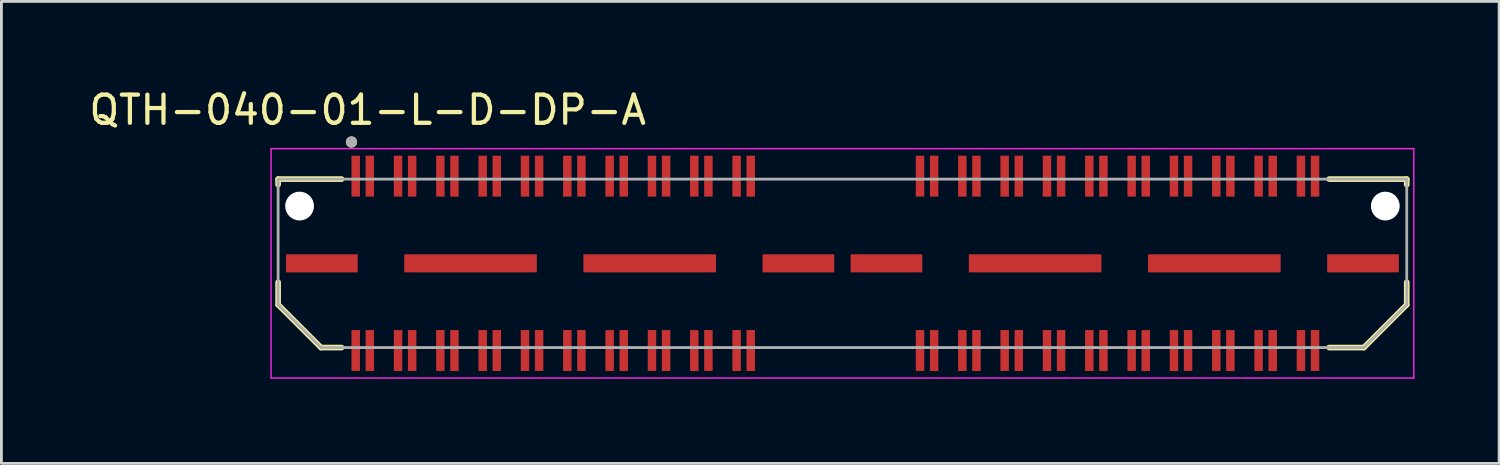
<source format=kicad_pcb>
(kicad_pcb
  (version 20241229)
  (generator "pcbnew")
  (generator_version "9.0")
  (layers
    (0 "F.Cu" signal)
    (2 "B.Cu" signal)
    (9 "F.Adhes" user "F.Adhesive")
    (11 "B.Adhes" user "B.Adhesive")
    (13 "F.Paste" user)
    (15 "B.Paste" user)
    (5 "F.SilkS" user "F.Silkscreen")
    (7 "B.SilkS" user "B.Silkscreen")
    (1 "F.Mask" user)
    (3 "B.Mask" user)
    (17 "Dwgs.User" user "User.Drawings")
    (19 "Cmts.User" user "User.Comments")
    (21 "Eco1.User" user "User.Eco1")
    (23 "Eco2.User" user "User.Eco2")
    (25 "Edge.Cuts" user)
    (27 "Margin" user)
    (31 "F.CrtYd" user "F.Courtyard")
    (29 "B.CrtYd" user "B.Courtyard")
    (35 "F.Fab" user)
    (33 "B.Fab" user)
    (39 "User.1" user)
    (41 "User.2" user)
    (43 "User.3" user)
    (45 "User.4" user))
  (footprint "QTH-040-01-L-D-DP-A"
    (layer "F.Cu")
    (at 26.807 6.283)
    (property "Reference" "QTH-040-01-L-D-DP-A" (at -16.825 -5.435 0) (layer "F.SilkS") (effects (font (size 1 1) (thickness 0.15))))
    (attr smd)
    (fp_line (start -20 -2.985) (end -17.75 -2.985) (stroke (width 0.2) (type solid)) (layer "F.SilkS"))
    (fp_line (start -20 -2.79) (end -20 -2.985) (stroke (width 0.2) (type solid)) (layer "F.SilkS"))
    (fp_line (start -20 0.67) (end -20 1.465) (stroke (width 0.2) (type solid)) (layer "F.SilkS"))
    (fp_line (start -20 1.465) (end -18.48 2.985) (stroke (width 0.2) (type solid)) (layer "F.SilkS"))
    (fp_line (start -18.48 2.985) (end -17.75 2.985) (stroke (width 0.2) (type solid)) (layer "F.SilkS"))
    (fp_line (start 18.48 2.985) (end 17.25 2.985) (stroke (width 0.2) (type solid)) (layer "F.SilkS"))
    (fp_line (start 20 -2.985) (end 17.25 -2.985) (stroke (width 0.2) (type solid)) (layer "F.SilkS"))
    (fp_line (start 20 -2.79) (end 20 -2.985) (stroke (width 0.2) (type solid)) (layer "F.SilkS"))
    (fp_line (start 20 0.67) (end 20 1.465) (stroke (width 0.2) (type solid)) (layer "F.SilkS"))
    (fp_line (start 20 1.465) (end 18.48 2.985) (stroke (width 0.2) (type solid)) (layer "F.SilkS"))
    (fp_circle (center -17.4 -4.3) (end -17.3 -4.3) (stroke (width 0.2) (type solid)) (fill no) (layer "F.SilkS"))
    (fp_line (start -20.25 -4.065) (end 20.25 -4.065) (stroke (width 0.05) (type solid)) (layer "F.CrtYd"))
    (fp_line (start -20.25 4.065) (end -20.25 -4.065) (stroke (width 0.05) (type solid)) (layer "F.CrtYd"))
    (fp_line (start 20.25 -4.065) (end 20.25 4.065) (stroke (width 0.05) (type solid)) (layer "F.CrtYd"))
    (fp_line (start 20.25 4.065) (end -20.25 4.065) (stroke (width 0.05) (type solid)) (layer "F.CrtYd"))
    (fp_line (start -20 -2.985) (end 20 -2.985) (stroke (width 0.1) (type solid)) (layer "F.Fab"))
    (fp_line (start -20 1.465) (end -20 -2.985) (stroke (width 0.1) (type solid)) (layer "F.Fab"))
    (fp_line (start -18.48 2.985) (end -20 1.465) (stroke (width 0.1) (type solid)) (layer "F.Fab"))
    (fp_line (start 18.48 2.985) (end -18.48 2.985) (stroke (width 0.1) (type solid)) (layer "F.Fab"))
    (fp_line (start 20 -2.985) (end 20 1.465) (stroke (width 0.1) (type solid)) (layer "F.Fab"))
    (fp_line (start 20 1.465) (end 18.48 2.985) (stroke (width 0.1) (type solid)) (layer "F.Fab"))
    (fp_circle (center -17.4 -4.3) (end -17.3 -4.3) (stroke (width 0.2) (type solid)) (fill no) (layer "F.Fab"))
    (pad "" np_thru_hole circle (at -19.24 -2.03) (size 1.02 1.02) (drill 1.02) (layers "*.Cu" "*.Mask"))
    (pad "" np_thru_hole circle (at 19.24 -2.03) (size 1.02 1.02) (drill 1.02) (layers "*.Cu" "*.Mask"))
    (pad "01" smd rect (at -17.25 -3.09) (size 0.3 1.45) (layers "F.Cu" "F.Mask" "F.Paste"))
    (pad "02" smd rect (at -17.25 3.09) (size 0.3 1.45) (layers "F.Cu" "F.Mask" "F.Paste"))
    (pad "03" smd rect (at -16.75 -3.09) (size 0.3 1.45) (layers "F.Cu" "F.Mask" "F.Paste"))
    (pad "04" smd rect (at -16.75 3.09) (size 0.3 1.45) (layers "F.Cu" "F.Mask" "F.Paste"))
    (pad "05" smd rect (at -15.75 -3.09) (size 0.3 1.45) (layers "F.Cu" "F.Mask" "F.Paste"))
    (pad "06" smd rect (at -15.75 3.09) (size 0.3 1.45) (layers "F.Cu" "F.Mask" "F.Paste"))
    (pad "07" smd rect (at -15.25 -3.09) (size 0.3 1.45) (layers "F.Cu" "F.Mask" "F.Paste"))
    (pad "08" smd rect (at -15.25 3.09) (size 0.3 1.45) (layers "F.Cu" "F.Mask" "F.Paste"))
    (pad "09" smd rect (at -14.25 -3.09) (size 0.3 1.45) (layers "F.Cu" "F.Mask" "F.Paste"))
    (pad "10" smd rect (at -14.25 3.09) (size 0.3 1.45) (layers "F.Cu" "F.Mask" "F.Paste"))
    (pad "11" smd rect (at -13.75 -3.09) (size 0.3 1.45) (layers "F.Cu" "F.Mask" "F.Paste"))
    (pad "12" smd rect (at -13.75 3.09) (size 0.3 1.45) (layers "F.Cu" "F.Mask" "F.Paste"))
    (pad "13" smd rect (at -12.75 -3.09) (size 0.3 1.45) (layers "F.Cu" "F.Mask" "F.Paste"))
    (pad "14" smd rect (at -12.75 3.09) (size 0.3 1.45) (layers "F.Cu" "F.Mask" "F.Paste"))
    (pad "15" smd rect (at -12.25 -3.09) (size 0.3 1.45) (layers "F.Cu" "F.Mask" "F.Paste"))
    (pad "16" smd rect (at -12.25 3.09) (size 0.3 1.45) (layers "F.Cu" "F.Mask" "F.Paste"))
    (pad "17" smd rect (at -11.25 -3.09) (size 0.3 1.45) (layers "F.Cu" "F.Mask" "F.Paste"))
    (pad "18" smd rect (at -11.25 3.09) (size 0.3 1.45) (layers "F.Cu" "F.Mask" "F.Paste"))
    (pad "19" smd rect (at -10.75 -3.09) (size 0.3 1.45) (layers "F.Cu" "F.Mask" "F.Paste"))
    (pad "20" smd rect (at -10.75 3.09) (size 0.3 1.45) (layers "F.Cu" "F.Mask" "F.Paste"))
    (pad "21" smd rect (at -9.75 -3.09) (size 0.3 1.45) (layers "F.Cu" "F.Mask" "F.Paste"))
    (pad "22" smd rect (at -9.75 3.09) (size 0.3 1.45) (layers "F.Cu" "F.Mask" "F.Paste"))
    (pad "23" smd rect (at -9.25 -3.09) (size 0.3 1.45) (layers "F.Cu" "F.Mask" "F.Paste"))
    (pad "24" smd rect (at -9.25 3.09) (size 0.3 1.45) (layers "F.Cu" "F.Mask" "F.Paste"))
    (pad "25" smd rect (at -8.25 -3.09) (size 0.3 1.45) (layers "F.Cu" "F.Mask" "F.Paste"))
    (pad "26" smd rect (at -8.25 3.09) (size 0.3 1.45) (layers "F.Cu" "F.Mask" "F.Paste"))
    (pad "27" smd rect (at -7.75 -3.09) (size 0.3 1.45) (layers "F.Cu" "F.Mask" "F.Paste"))
    (pad "28" smd rect (at -7.75 3.09) (size 0.3 1.45) (layers "F.Cu" "F.Mask" "F.Paste"))
    (pad "29" smd rect (at -6.75 -3.09) (size 0.3 1.45) (layers "F.Cu" "F.Mask" "F.Paste"))
    (pad "30" smd rect (at -6.75 3.09) (size 0.3 1.45) (layers "F.Cu" "F.Mask" "F.Paste"))
    (pad "31" smd rect (at -6.25 -3.09) (size 0.3 1.45) (layers "F.Cu" "F.Mask" "F.Paste"))
    (pad "32" smd rect (at -6.25 3.09) (size 0.3 1.45) (layers "F.Cu" "F.Mask" "F.Paste"))
    (pad "33" smd rect (at -5.25 -3.09) (size 0.3 1.45) (layers "F.Cu" "F.Mask" "F.Paste"))
    (pad "34" smd rect (at -5.25 3.09) (size 0.3 1.45) (layers "F.Cu" "F.Mask" "F.Paste"))
    (pad "35" smd rect (at -4.75 -3.09) (size 0.3 1.45) (layers "F.Cu" "F.Mask" "F.Paste"))
    (pad "36" smd rect (at -4.75 3.09) (size 0.3 1.45) (layers "F.Cu" "F.Mask" "F.Paste"))
    (pad "37" smd rect (at -3.75 -3.09) (size 0.3 1.45) (layers "F.Cu" "F.Mask" "F.Paste"))
    (pad "38" smd rect (at -3.75 3.09) (size 0.3 1.45) (layers "F.Cu" "F.Mask" "F.Paste"))
    (pad "39" smd rect (at -3.25 -3.09) (size 0.3 1.45) (layers "F.Cu" "F.Mask" "F.Paste"))
    (pad "40" smd rect (at -3.25 3.09) (size 0.3 1.45) (layers "F.Cu" "F.Mask" "F.Paste"))
    (pad "41" smd rect (at 2.75 -3.09) (size 0.3 1.45) (layers "F.Cu" "F.Mask" "F.Paste"))
    (pad "42" smd rect (at 2.75 3.09) (size 0.3 1.45) (layers "F.Cu" "F.Mask" "F.Paste"))
    (pad "43" smd rect (at 3.25 -3.09) (size 0.3 1.45) (layers "F.Cu" "F.Mask" "F.Paste"))
    (pad "44" smd rect (at 3.25 3.09) (size 0.3 1.45) (layers "F.Cu" "F.Mask" "F.Paste"))
    (pad "45" smd rect (at 4.25 -3.09) (size 0.3 1.45) (layers "F.Cu" "F.Mask" "F.Paste"))
    (pad "46" smd rect (at 4.25 3.09) (size 0.3 1.45) (layers "F.Cu" "F.Mask" "F.Paste"))
    (pad "47" smd rect (at 4.75 -3.09) (size 0.3 1.45) (layers "F.Cu" "F.Mask" "F.Paste"))
    (pad "48" smd rect (at 4.75 3.09) (size 0.3 1.45) (layers "F.Cu" "F.Mask" "F.Paste"))
    (pad "49" smd rect (at 5.75 -3.09) (size 0.3 1.45) (layers "F.Cu" "F.Mask" "F.Paste"))
    (pad "50" smd rect (at 5.75 3.09) (size 0.3 1.45) (layers "F.Cu" "F.Mask" "F.Paste"))
    (pad "51" smd rect (at 6.25 -3.09) (size 0.3 1.45) (layers "F.Cu" "F.Mask" "F.Paste"))
    (pad "52" smd rect (at 6.25 3.09) (size 0.3 1.45) (layers "F.Cu" "F.Mask" "F.Paste"))
    (pad "53" smd rect (at 7.25 -3.09) (size 0.3 1.45) (layers "F.Cu" "F.Mask" "F.Paste"))
    (pad "54" smd rect (at 7.25 3.09) (size 0.3 1.45) (layers "F.Cu" "F.Mask" "F.Paste"))
    (pad "55" smd rect (at 7.75 -3.09) (size 0.3 1.45) (layers "F.Cu" "F.Mask" "F.Paste"))
    (pad "56" smd rect (at 7.75 3.09) (size 0.3 1.45) (layers "F.Cu" "F.Mask" "F.Paste"))
    (pad "57" smd rect (at 8.75 -3.09) (size 0.3 1.45) (layers "F.Cu" "F.Mask" "F.Paste"))
    (pad "58" smd rect (at 8.75 3.09) (size 0.3 1.45) (layers "F.Cu" "F.Mask" "F.Paste"))
    (pad "59" smd rect (at 9.25 -3.09) (size 0.3 1.45) (layers "F.Cu" "F.Mask" "F.Paste"))
    (pad "60" smd rect (at 9.25 3.09) (size 0.3 1.45) (layers "F.Cu" "F.Mask" "F.Paste"))
    (pad "61" smd rect (at 10.25 -3.09) (size 0.3 1.45) (layers "F.Cu" "F.Mask" "F.Paste"))
    (pad "62" smd rect (at 10.25 3.09) (size 0.3 1.45) (layers "F.Cu" "F.Mask" "F.Paste"))
    (pad "63" smd rect (at 10.75 -3.09) (size 0.3 1.45) (layers "F.Cu" "F.Mask" "F.Paste"))
    (pad "64" smd rect (at 10.75 3.09) (size 0.3 1.45) (layers "F.Cu" "F.Mask" "F.Paste"))
    (pad "65" smd rect (at 11.75 -3.09) (size 0.3 1.45) (layers "F.Cu" "F.Mask" "F.Paste"))
    (pad "66" smd rect (at 11.75 3.09) (size 0.3 1.45) (layers "F.Cu" "F.Mask" "F.Paste"))
    (pad "67" smd rect (at 12.25 -3.09) (size 0.3 1.45) (layers "F.Cu" "F.Mask" "F.Paste"))
    (pad "68" smd rect (at 12.25 3.09) (size 0.3 1.45) (layers "F.Cu" "F.Mask" "F.Paste"))
    (pad "69" smd rect (at 13.25 -3.09) (size 0.3 1.45) (layers "F.Cu" "F.Mask" "F.Paste"))
    (pad "70" smd rect (at 13.25 3.09) (size 0.3 1.45) (layers "F.Cu" "F.Mask" "F.Paste"))
    (pad "71" smd rect (at 13.75 -3.09) (size 0.3 1.45) (layers "F.Cu" "F.Mask" "F.Paste"))
    (pad "72" smd rect (at 13.75 3.09) (size 0.3 1.45) (layers "F.Cu" "F.Mask" "F.Paste"))
    (pad "73" smd rect (at 14.75 -3.09) (size 0.3 1.45) (layers "F.Cu" "F.Mask" "F.Paste"))
    (pad "74" smd rect (at 14.75 3.09) (size 0.3 1.45) (layers "F.Cu" "F.Mask" "F.Paste"))
    (pad "75" smd rect (at 15.25 -3.09) (size 0.3 1.45) (layers "F.Cu" "F.Mask" "F.Paste"))
    (pad "76" smd rect (at 15.25 3.09) (size 0.3 1.45) (layers "F.Cu" "F.Mask" "F.Paste"))
    (pad "77" smd rect (at 16.25 -3.09) (size 0.3 1.45) (layers "F.Cu" "F.Mask" "F.Paste"))
    (pad "78" smd rect (at 16.25 3.09) (size 0.3 1.45) (layers "F.Cu" "F.Mask" "F.Paste"))
    (pad "79" smd rect (at 16.75 -3.09) (size 0.3 1.45) (layers "F.Cu" "F.Mask" "F.Paste"))
    (pad "80" smd rect (at 16.75 3.09) (size 0.3 1.45) (layers "F.Cu" "F.Mask" "F.Paste"))
    (pad "G1" smd rect (at -18.45 0) (size 2.54 0.64) (layers "F.Cu" "F.Mask" "F.Paste"))
    (pad "G2" smd rect (at -13.18 0) (size 4.7 0.64) (layers "F.Cu" "F.Mask" "F.Paste"))
    (pad "G3" smd rect (at -6.83 0) (size 4.7 0.64) (layers "F.Cu" "F.Mask" "F.Paste"))
    (pad "G4" smd rect (at -1.56 0) (size 2.54 0.64) (layers "F.Cu" "F.Mask" "F.Paste"))
    (pad "G5" smd rect (at 1.56 0) (size 2.54 0.64) (layers "F.Cu" "F.Mask" "F.Paste"))
    (pad "G6" smd rect (at 6.83 0) (size 4.7 0.64) (layers "F.Cu" "F.Mask" "F.Paste"))
    (pad "G7" smd rect (at 13.18 0) (size 4.7 0.64) (layers "F.Cu" "F.Mask" "F.Paste"))
    (pad "G8" smd rect (at 18.45 0) (size 2.54 0.64) (layers "F.Cu" "F.Mask" "F.Paste")))
  (gr_rect
    (start -3 -3)
    (end 50.082 13.373)
    (stroke (width 0.1) (type default))
    (fill no)
    (layer "Edge.Cuts")))
</source>
